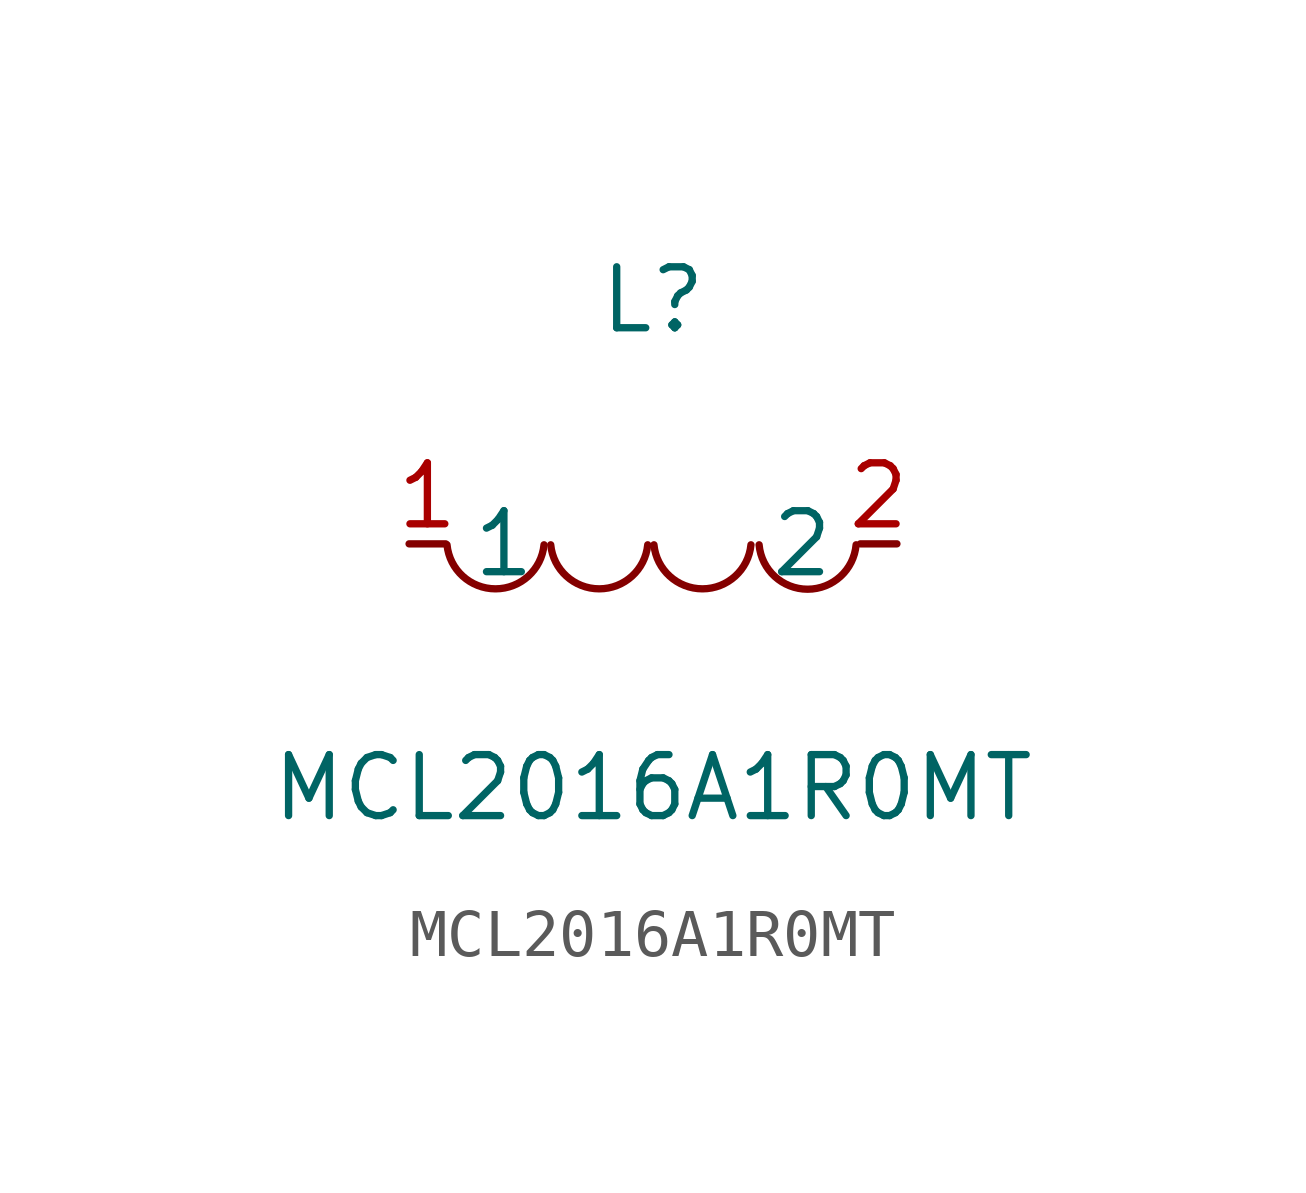
<source format=kicad_sym>
(kicad_symbol_lib
  (version 20211014)
  (generator https://github.com/uPesy/easyeda2kicad.py)
  (symbol "MCL2016A1R0MT"
    (property "Reference" "L"
      (at 0 5.08 0)
      (effects (font (size 1.27 1.27))))
    (property "Value" "MCL2016A1R0MT"
      (at 0 -5.08 0)
      (effects (font (size 1.27 1.27))))
    (symbol "MCL2016A1R0MT_0_1"
      (arc (start -4.29 -0.02) (mid -2.52 -0.79) (end -2.27 -0.02) (stroke (width 0) (type default) (color 0 0 0 0)) (fill (type none)))
      (arc (start -2.13 -0.02) (mid -0.36 -0.79) (end -0.11 -0.02) (stroke (width 0) (type default) (color 0 0 0 0)) (fill (type none)))
      (arc (start 0.02 -0.02) (mid 1.79 -0.79) (end 2.04 -0.02) (stroke (width 0) (type default) (color 0 0 0 0)) (fill (type none)))
      (arc (start 2.21 -0.02) (mid 3.30 -1.12) (end 4.23 -0.02) (stroke (width 0) (type default) (color 0 0 0 0)) (fill (type none)))
      (pin unspecified line (at 5.08 -0.00 180) (length 0.762) (name "2" (effects (font (size 1.27 1.27)))) (number "2" (effects (font (size 1.27 1.27)))))
      (pin unspecified line (at -5.08 -0.00 0) (length 0.762) (name "1" (effects (font (size 1.27 1.27)))) (number "1" (effects (font (size 1.27 1.27))))))))
</source>
